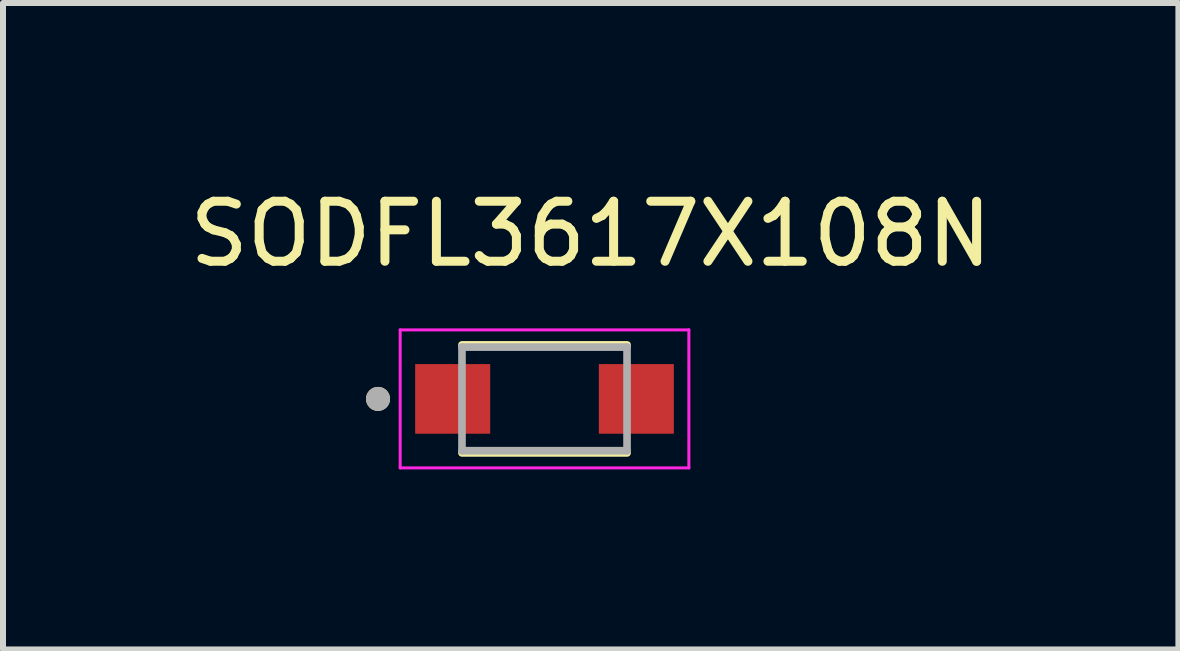
<source format=kicad_pcb>
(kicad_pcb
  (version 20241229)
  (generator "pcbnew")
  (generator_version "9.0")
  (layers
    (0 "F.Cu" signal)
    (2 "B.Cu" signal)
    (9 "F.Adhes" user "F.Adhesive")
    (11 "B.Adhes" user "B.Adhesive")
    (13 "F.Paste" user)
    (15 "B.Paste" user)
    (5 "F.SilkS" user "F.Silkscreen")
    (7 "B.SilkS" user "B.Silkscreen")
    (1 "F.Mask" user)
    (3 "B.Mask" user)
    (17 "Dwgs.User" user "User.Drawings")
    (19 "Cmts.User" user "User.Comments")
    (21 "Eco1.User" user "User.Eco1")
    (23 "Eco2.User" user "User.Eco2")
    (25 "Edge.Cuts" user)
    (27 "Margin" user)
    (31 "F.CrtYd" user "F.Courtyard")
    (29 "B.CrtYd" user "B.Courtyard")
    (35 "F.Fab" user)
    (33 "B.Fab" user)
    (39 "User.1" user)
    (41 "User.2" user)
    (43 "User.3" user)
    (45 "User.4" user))
  (footprint "SODFL3617X108N"
    (layer "F.Cu")
    (at 6.022 3.596)
    (property "Reference" "SODFL3617X108N" (at 0.77 -2.748 0) (layer "F.SilkS") (effects (font (size 1 1) (thickness 0.15))))
    (attr smd)
    (fp_line (start -1.375 -0.9) (end 1.375 -0.9) (stroke (width 0.127) (type solid)) (layer "F.SilkS"))
    (fp_line (start 1.375 0.9) (end -1.375 0.9) (stroke (width 0.127) (type solid)) (layer "F.SilkS"))
    (fp_circle (center -2.774 0) (end -2.674 0) (stroke (width 0.2) (type solid)) (fill no) (layer "F.SilkS"))
    (fp_line (start -2.405 -1.15) (end -2.405 1.15) (stroke (width 0.05) (type solid)) (layer "F.CrtYd"))
    (fp_line (start -2.405 1.15) (end 2.405 1.15) (stroke (width 0.05) (type solid)) (layer "F.CrtYd"))
    (fp_line (start 2.405 -1.15) (end -2.405 -1.15) (stroke (width 0.05) (type solid)) (layer "F.CrtYd"))
    (fp_line (start 2.405 1.15) (end 2.405 -1.15) (stroke (width 0.05) (type solid)) (layer "F.CrtYd"))
    (fp_line (start -1.375 -0.863) (end 1.375 -0.863) (stroke (width 0.127) (type solid)) (layer "F.Fab"))
    (fp_line (start -1.375 0.863) (end -1.375 -0.863) (stroke (width 0.127) (type solid)) (layer "F.Fab"))
    (fp_line (start 1.375 -0.863) (end 1.375 0.863) (stroke (width 0.127) (type solid)) (layer "F.Fab"))
    (fp_line (start 1.375 0.863) (end -1.375 0.863) (stroke (width 0.127) (type solid)) (layer "F.Fab"))
    (fp_circle (center -2.774 0) (end -2.674 0) (stroke (width 0.2) (type solid)) (fill no) (layer "F.Fab"))
    (pad "A" smd rect (at 1.53 0) (size 1.25 1.16) (layers "F.Cu" "F.Mask" "F.Paste"))
    (pad "C" smd rect (at -1.53 0) (size 1.25 1.16) (layers "F.Cu" "F.Mask" "F.Paste")))
  (gr_rect
    (start -3 -3)
    (end 16.583 7.771)
    (stroke (width 0.1) (type default))
    (fill no)
    (layer "Edge.Cuts")))
</source>
